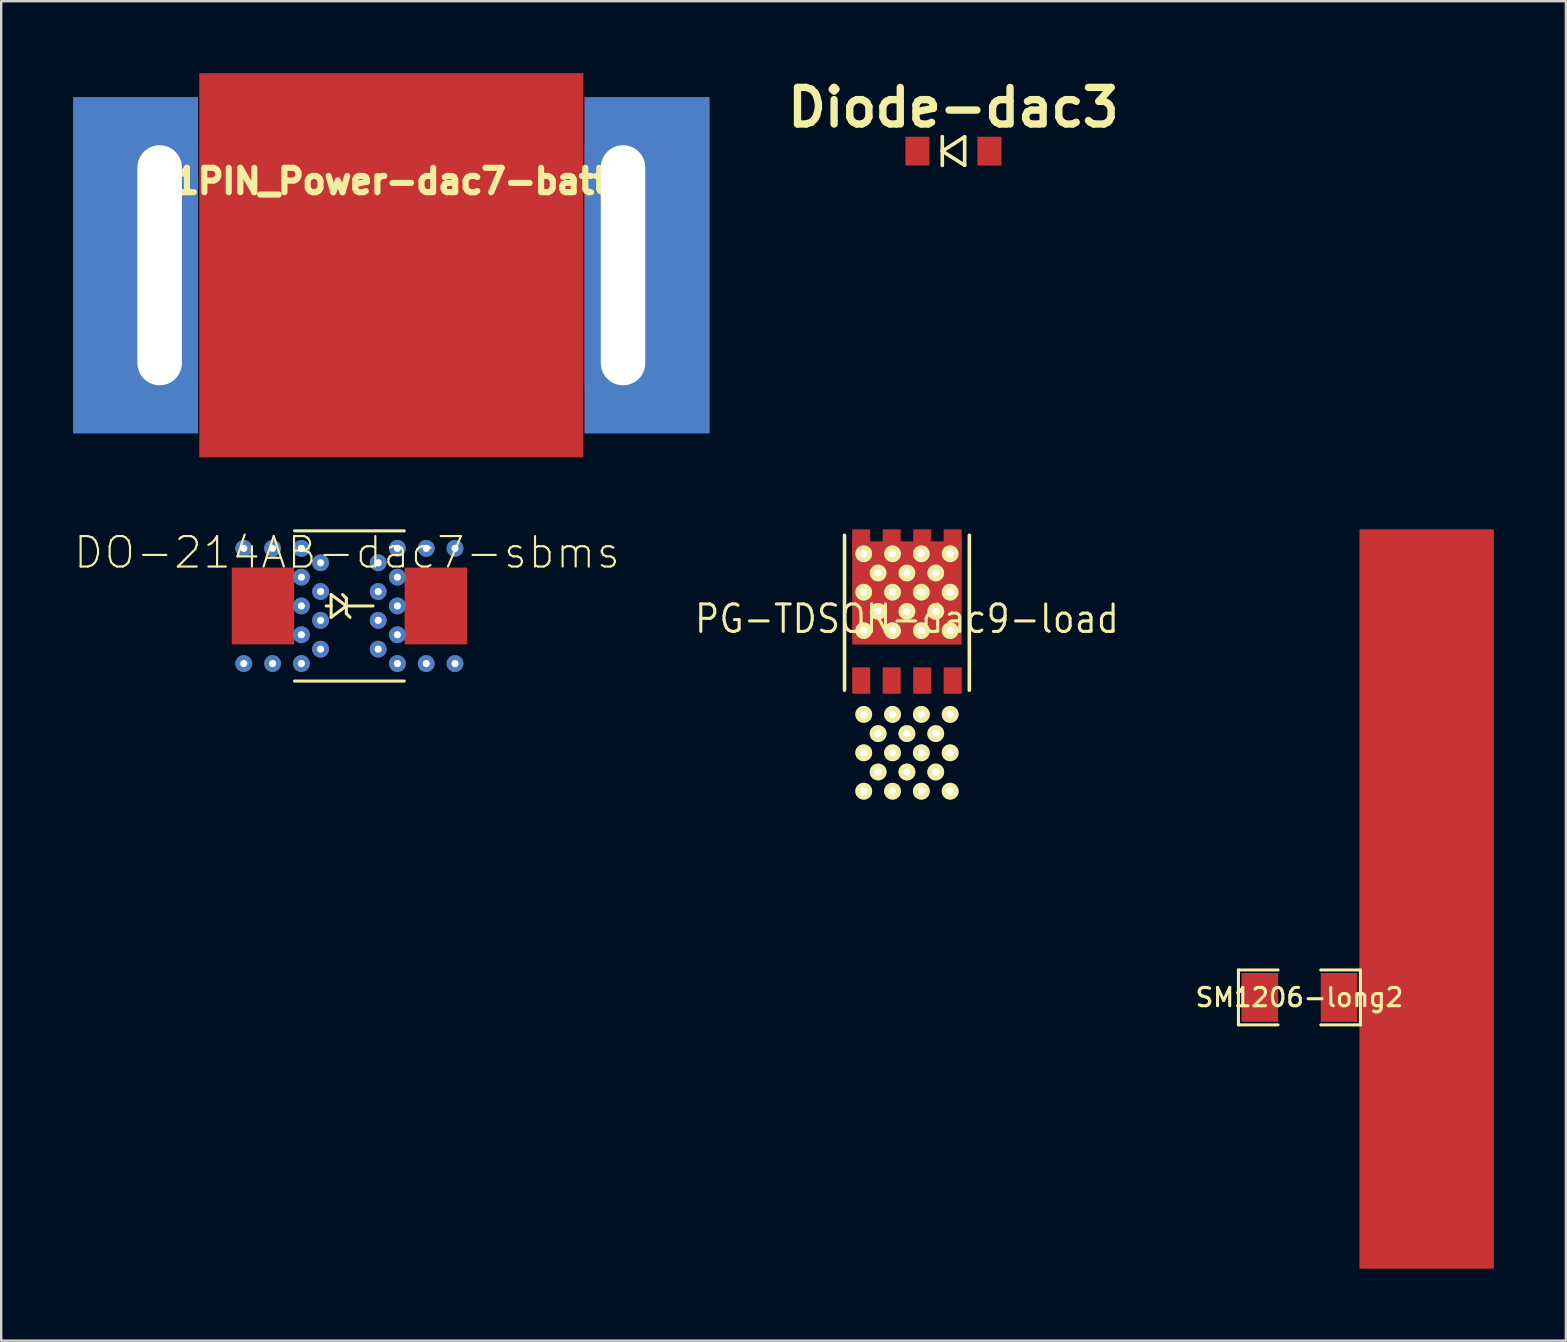
<source format=kicad_pcb>
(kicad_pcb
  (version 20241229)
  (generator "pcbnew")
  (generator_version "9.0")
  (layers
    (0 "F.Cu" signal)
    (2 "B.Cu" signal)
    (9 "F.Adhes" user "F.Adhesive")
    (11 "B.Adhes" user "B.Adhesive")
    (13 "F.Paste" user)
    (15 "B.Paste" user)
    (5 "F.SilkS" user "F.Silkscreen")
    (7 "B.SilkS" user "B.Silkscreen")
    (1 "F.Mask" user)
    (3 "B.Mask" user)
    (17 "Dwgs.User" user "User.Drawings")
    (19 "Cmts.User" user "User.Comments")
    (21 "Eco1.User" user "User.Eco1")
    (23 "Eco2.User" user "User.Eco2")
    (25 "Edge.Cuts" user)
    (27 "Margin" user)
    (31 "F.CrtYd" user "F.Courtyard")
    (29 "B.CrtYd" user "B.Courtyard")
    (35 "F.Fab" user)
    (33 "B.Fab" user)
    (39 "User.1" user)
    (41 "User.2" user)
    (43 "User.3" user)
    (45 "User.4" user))
  (footprint "DO-214AB-dac7-sbms"
    (layer "F.Cu")
    (at 11.505 22.193)
    (property "Reference" "DO-214AB-dac7-sbms" (at -0.099 -2.225 0) (layer "F.SilkS") (effects (font (size 1.27 1.27) (thickness 0.089))))
    (attr smd)
    (fp_line (start -2.286 -3.129) (end 2.286 -3.129) (stroke (width 0.127) (type solid)) (layer "F.SilkS"))
    (fp_line (start -2.286 3.129) (end 2.286 3.129) (stroke (width 0.127) (type solid)) (layer "F.SilkS"))
    (fp_line (start -0.762 -0.475) (end -0.762 0) (stroke (width 0.127) (type solid)) (layer "F.SilkS"))
    (fp_line (start -0.762 0) (end -0.965 0) (stroke (width 0.127) (type solid)) (layer "F.SilkS"))
    (fp_line (start -0.762 0) (end -0.762 0.475) (stroke (width 0.127) (type solid)) (layer "F.SilkS"))
    (fp_line (start -0.762 0.475) (end -0.127 0) (stroke (width 0.127) (type solid)) (layer "F.SilkS"))
    (fp_line (start -0.127 -0.318) (end -0.284 -0.475) (stroke (width 0.127) (type solid)) (layer "F.SilkS"))
    (fp_line (start -0.127 0) (end -0.762 -0.475) (stroke (width 0.127) (type solid)) (layer "F.SilkS"))
    (fp_line (start -0.127 0) (end -0.127 -0.318) (stroke (width 0.127) (type solid)) (layer "F.SilkS"))
    (fp_line (start -0.127 0) (end -0.127 0.318) (stroke (width 0.127) (type solid)) (layer "F.SilkS"))
    (fp_line (start -0.127 0) (end 0.983 0) (stroke (width 0.127) (type solid)) (layer "F.SilkS"))
    (fp_line (start -0.127 0.318) (end 0.03 0.475) (stroke (width 0.127) (type solid)) (layer "F.SilkS"))
    (pad "1" thru_hole circle (at -4.4 -2.4) (size 0.7 0.7) (drill 0.3) (layers "*.Cu"))
    (pad "1" thru_hole circle (at -4.4 2.4) (size 0.7 0.7) (drill 0.3) (layers "*.Cu"))
    (pad "1" smd rect (at -3.6 0) (size 2.601 3.2) (layers "F.Cu" "F.Mask" "F.Paste"))
    (pad "1" thru_hole circle (at -3.2 -2.4) (size 0.7 0.7) (drill 0.3) (layers "*.Cu"))
    (pad "1" thru_hole circle (at -3.2 2.4) (size 0.7 0.7) (drill 0.3) (layers "*.Cu"))
    (pad "1" thru_hole circle (at -2 -2.4) (size 0.7 0.7) (drill 0.3) (layers "*.Cu"))
    (pad "1" thru_hole circle (at -2 -1.2) (size 0.7 0.7) (drill 0.3) (layers "*.Cu"))
    (pad "1" thru_hole circle (at -2 0) (size 0.7 0.7) (drill 0.3) (layers "*.Cu"))
    (pad "1" thru_hole circle (at -2 1.2) (size 0.7 0.7) (drill 0.3) (layers "*.Cu"))
    (pad "1" thru_hole circle (at -2 2.4) (size 0.7 0.7) (drill 0.3) (layers "*.Cu"))
    (pad "1" thru_hole circle (at -1.2 -1.8) (size 0.7 0.7) (drill 0.3) (layers "*.Cu"))
    (pad "1" thru_hole circle (at -1.2 -0.6) (size 0.7 0.7) (drill 0.3) (layers "*.Cu"))
    (pad "1" thru_hole circle (at -1.2 0.6) (size 0.7 0.7) (drill 0.3) (layers "*.Cu"))
    (pad "1" thru_hole circle (at -1.2 1.8) (size 0.7 0.7) (drill 0.3) (layers "*.Cu"))
    (pad "2" thru_hole circle (at 1.2 -1.8) (size 0.7 0.7) (drill 0.3) (layers "*.Cu"))
    (pad "2" thru_hole circle (at 1.2 -0.6) (size 0.7 0.7) (drill 0.3) (layers "*.Cu"))
    (pad "2" thru_hole circle (at 1.2 0.6) (size 0.7 0.7) (drill 0.3) (layers "*.Cu"))
    (pad "2" thru_hole circle (at 1.2 1.8) (size 0.7 0.7) (drill 0.3) (layers "*.Cu"))
    (pad "2" thru_hole circle (at 2 -2.4) (size 0.7 0.7) (drill 0.3) (layers "*.Cu"))
    (pad "2" thru_hole circle (at 2 -1.2) (size 0.7 0.7) (drill 0.3) (layers "*.Cu"))
    (pad "2" thru_hole circle (at 2 0) (size 0.7 0.7) (drill 0.3) (layers "*.Cu"))
    (pad "2" thru_hole circle (at 2 1.2) (size 0.7 0.7) (drill 0.3) (layers "*.Cu"))
    (pad "2" thru_hole circle (at 2 2.4) (size 0.7 0.7) (drill 0.3) (layers "*.Cu"))
    (pad "2" thru_hole circle (at 3.2 -2.4) (size 0.7 0.7) (drill 0.3) (layers "*.Cu"))
    (pad "2" thru_hole circle (at 3.2 2.4) (size 0.7 0.7) (drill 0.3) (layers "*.Cu"))
    (pad "2" smd rect (at 3.6 0) (size 2.601 3.2) (layers "F.Cu" "F.Mask" "F.Paste"))
    (pad "2" thru_hole circle (at 4.4 -2.4) (size 0.7 0.7) (drill 0.3) (layers "*.Cu"))
    (pad "2" thru_hole circle (at 4.4 2.4) (size 0.7 0.7) (drill 0.3) (layers "*.Cu")))
  (footprint "1PIN_Power-dac7-batt"
    (layer "F.Cu")
    (at 13.252 8)
    (property "Reference" "1PIN_Power-dac7-batt" (at 0 -3.5 0) (layer "F.SilkS") (effects (font (size 1.016 1.016) (thickness 0.254))))
    (attr through_hole)
    (pad "1" smd oval (at -9.652 0) (size 3.2 13) (layers "F.Cu" "F.Mask"))
    (pad "1" thru_hole rect (at -9.652 0) (size 5.2 14) (drill oval 1.854 10 (offset -1 0)) (layers "F.Cu"))
    (pad "1" smd rect (at 0 0) (size 16 16) (layers "F.Cu"))
    (pad "1" smd oval (at 9.652 0) (size 3.2 13) (layers "F.Cu" "F.Mask"))
    (pad "1" thru_hole rect (at 9.652 0) (size 5.2 14) (drill oval 1.854 10 (offset 1 0)) (layers "F.Cu")))
  (footprint "SM1206-long2"
    (layer "F.Cu")
    (at 51.081 38.5)
    (property "Reference" "SM1206-long2" (at 0 0 0) (layer "F.SilkS") (effects (font (size 0.762 0.762) (thickness 0.127))))
    (attr smd)
    (fp_line (start -2.54 -1.143) (end -2.54 1.143) (stroke (width 0.127) (type solid)) (layer "F.SilkS"))
    (fp_line (start -2.54 1.143) (end -0.889 1.143) (stroke (width 0.127) (type solid)) (layer "F.SilkS"))
    (fp_line (start -0.889 -1.143) (end -2.54 -1.143) (stroke (width 0.127) (type solid)) (layer "F.SilkS"))
    (fp_line (start 0.889 -1.143) (end 2.54 -1.143) (stroke (width 0.127) (type solid)) (layer "F.SilkS"))
    (fp_line (start 2.54 -1.143) (end 2.54 1.143) (stroke (width 0.127) (type solid)) (layer "F.SilkS"))
    (fp_line (start 2.54 1.143) (end 0.889 1.143) (stroke (width 0.127) (type solid)) (layer "F.SilkS"))
    (pad "1" smd rect (at -1.651 0) (size 1.524 2.032) (layers "F.Cu" "F.Mask" "F.Paste"))
    (pad "2" smd rect (at 1.651 0) (size 1.524 2.032) (layers "F.Cu" "F.Mask" "F.Paste"))
    (pad "3" smd rect (at 5.3 0) (size 5.6 30.8) (drill (offset 0 -4.1)) (layers "F.Cu" "F.Mask" "F.Paste")))
  (footprint "Diode-dac3"
    (layer "F.Cu")
    (at 36.667 3.246)
    (property "Reference" "Diode-dac3" (at 0 -1.82 0) (layer "F.SilkS") (effects (font (size 1.524 1.524) (thickness 0.305))))
    (attr through_hole)
    (fp_line (start -0.463 -0.605) (end -0.463 0.595) (stroke (width 0.15) (type solid)) (layer "F.SilkS"))
    (fp_line (start -0.462 0) (end 0.467 0.589) (stroke (width 0.15) (type solid)) (layer "F.SilkS"))
    (fp_line (start 0.469 -0.6) (end 0.469 0.59) (stroke (width 0.15) (type solid)) (layer "F.SilkS"))
    (fp_line (start 0.47 -0.599) (end -0.462 0) (stroke (width 0.15) (type solid)) (layer "F.SilkS"))
    (pad "1" smd rect (at 1.5 0 180) (size 1 1.2) (layers "F.Cu" "F.Mask" "F.Paste"))
    (pad "2" smd rect (at -1.5 0 180) (size 1 1.2) (layers "F.Cu" "F.Mask" "F.Paste")))
  (footprint "PG-TDSON-dac9-load"
    (layer "F.Cu")
    (at 34.731 24)
    (property "Reference" "PG-TDSON-dac9-load" (at 0 -1.27 0) (layer "F.SilkS") (effects (font (size 1.143 1.016) (thickness 0.127))))
    (attr smd)
    (fp_line (start -2.6 -4.75) (end -2.6 1.7) (stroke (width 0.15) (type solid)) (layer "F.SilkS"))
    (fp_line (start 2.6 -4.75) (end 2.6 1.7) (stroke (width 0.15) (type solid)) (layer "F.SilkS"))
    (pad "D" smd rect (at -1.905 -4.5) (size 0.75 1) (layers "F.Cu" "F.Mask" "F.Paste"))
    (pad "D" thru_hole circle (at -1.8 -3.98) (size 0.7 0.7) (drill 0.3) (layers "*.Cu" "*.Mask" "F.SilkS"))
    (pad "D" thru_hole circle (at -1.8 -2.38) (size 0.7 0.7) (drill 0.3) (layers "*.Cu" "*.Mask" "F.SilkS"))
    (pad "D" thru_hole circle (at -1.8 -0.78) (size 0.7 0.7) (drill 0.3) (layers "*.Cu" "*.Mask" "F.SilkS"))
    (pad "D" thru_hole circle (at -1.2 -3.18) (size 0.7 0.7) (drill 0.3) (layers "*.Cu" "*.Mask" "F.SilkS"))
    (pad "D" thru_hole circle (at -1.2 -1.58) (size 0.7 0.7) (drill 0.3) (layers "*.Cu" "*.Mask" "F.SilkS"))
    (pad "D" smd rect (at -1.15 -3) (size 1.8 1.5) (layers "*.Paste" "F.Cu"))
    (pad "D" smd rect (at -1.15 -1.175) (size 1.8 1.5) (layers "*.Paste" "F.Cu"))
    (pad "D" smd rect (at -0.635 -4.5) (size 0.75 1) (layers "F.Cu" "F.Mask" "F.Paste"))
    (pad "D" thru_hole circle (at -0.6 -3.98) (size 0.7 0.7) (drill 0.3) (layers "*.Cu" "*.Mask" "F.SilkS"))
    (pad "D" thru_hole circle (at -0.6 -2.38) (size 0.7 0.7) (drill 0.3) (layers "*.Cu" "*.Mask" "F.SilkS"))
    (pad "D" thru_hole circle (at -0.6 -0.78) (size 0.7 0.7) (drill 0.3) (layers "*.Cu" "*.Mask" "F.SilkS"))
    (pad "D" thru_hole circle (at 0 -3.18) (size 0.7 0.7) (drill 0.3) (layers "*.Cu" "*.Mask" "F.SilkS"))
    (pad "D" smd rect (at 0 -2.35) (size 4.56 4.3) (layers "F.Cu" "F.Mask"))
    (pad "D" thru_hole circle (at 0 -1.58) (size 0.7 0.7) (drill 0.3) (layers "*.Cu" "*.Mask" "F.SilkS"))
    (pad "D" thru_hole circle (at 0.6 -3.98) (size 0.7 0.7) (drill 0.3) (layers "*.Cu" "*.Mask" "F.SilkS"))
    (pad "D" thru_hole circle (at 0.6 -2.38) (size 0.7 0.7) (drill 0.3) (layers "*.Cu" "*.Mask" "F.SilkS"))
    (pad "D" thru_hole circle (at 0.6 -0.78) (size 0.7 0.7) (drill 0.3) (layers "*.Cu" "*.Mask" "F.SilkS"))
    (pad "D" smd rect (at 0.635 -4.5) (size 0.75 1) (layers "F.Cu" "F.Mask" "F.Paste"))
    (pad "D" smd rect (at 1.15 -3) (size 1.8 1.5) (layers "*.Paste" "F.Cu"))
    (pad "D" smd rect (at 1.15 -1.175) (size 1.8 1.5) (layers "*.Paste" "F.Cu"))
    (pad "D" thru_hole circle (at 1.2 -3.18) (size 0.7 0.7) (drill 0.3) (layers "*.Cu" "*.Mask" "F.SilkS"))
    (pad "D" thru_hole circle (at 1.2 -1.58) (size 0.7 0.7) (drill 0.3) (layers "*.Cu" "*.Mask" "F.SilkS"))
    (pad "D" thru_hole circle (at 1.8 -3.98) (size 0.7 0.7) (drill 0.3) (layers "*.Cu" "*.Mask" "F.SilkS"))
    (pad "D" thru_hole circle (at 1.8 -2.38) (size 0.7 0.7) (drill 0.3) (layers "*.Cu" "*.Mask" "F.SilkS"))
    (pad "D" thru_hole circle (at 1.8 -0.78) (size 0.7 0.7) (drill 0.3) (layers "*.Cu" "*.Mask" "F.SilkS"))
    (pad "D" smd rect (at 1.905 -4.5) (size 0.75 1) (layers "F.Cu" "F.Mask" "F.Paste"))
    (pad "G" smd rect (at 1.905 1.3) (size 0.75 1.1) (layers "F.Cu" "F.Mask" "F.Paste"))
    (pad "S" smd rect (at -1.905 1.3) (size 0.75 1.1) (layers "F.Cu" "F.Mask" "F.Paste"))
    (pad "S" thru_hole circle (at -1.8 2.71) (size 0.7 0.7) (drill 0.3) (layers "*.Cu" "*.Mask" "F.SilkS"))
    (pad "S" thru_hole circle (at -1.8 4.31) (size 0.7 0.7) (drill 0.3) (layers "*.Cu" "*.Mask" "F.SilkS"))
    (pad "S" thru_hole circle (at -1.8 5.91) (size 0.7 0.7) (drill 0.3) (layers "*.Cu" "*.Mask" "F.SilkS"))
    (pad "S" thru_hole circle (at -1.2 3.51) (size 0.7 0.7) (drill 0.3) (layers "*.Cu" "*.Mask" "F.SilkS"))
    (pad "S" thru_hole circle (at -1.2 5.11) (size 0.7 0.7) (drill 0.3) (layers "*.Cu" "*.Mask" "F.SilkS"))
    (pad "S" smd rect (at -0.635 1.3) (size 0.75 1.1) (layers "F.Cu" "F.Mask" "F.Paste"))
    (pad "S" thru_hole circle (at -0.6 2.71) (size 0.7 0.7) (drill 0.3) (layers "*.Cu" "*.Mask" "F.SilkS"))
    (pad "S" thru_hole circle (at -0.6 4.31) (size 0.7 0.7) (drill 0.3) (layers "*.Cu" "*.Mask" "F.SilkS"))
    (pad "S" thru_hole circle (at -0.6 5.91) (size 0.7 0.7) (drill 0.3) (layers "*.Cu" "*.Mask" "F.SilkS"))
    (pad "S" thru_hole circle (at 0 3.51) (size 0.7 0.7) (drill 0.3) (layers "*.Cu" "*.Mask" "F.SilkS"))
    (pad "S" thru_hole circle (at 0 5.11) (size 0.7 0.7) (drill 0.3) (layers "*.Cu" "*.Mask" "F.SilkS"))
    (pad "S" thru_hole circle (at 0.6 2.71) (size 0.7 0.7) (drill 0.3) (layers "*.Cu" "*.Mask" "F.SilkS"))
    (pad "S" thru_hole circle (at 0.6 4.31) (size 0.7 0.7) (drill 0.3) (layers "*.Cu" "*.Mask" "F.SilkS"))
    (pad "S" thru_hole circle (at 0.6 5.91) (size 0.7 0.7) (drill 0.3) (layers "*.Cu" "*.Mask" "F.SilkS"))
    (pad "S" smd rect (at 0.635 1.3) (size 0.75 1.1) (layers "F.Cu" "F.Mask" "F.Paste"))
    (pad "S" thru_hole circle (at 1.2 3.51) (size 0.7 0.7) (drill 0.3) (layers "*.Cu" "*.Mask" "F.SilkS"))
    (pad "S" thru_hole circle (at 1.2 5.11) (size 0.7 0.7) (drill 0.3) (layers "*.Cu" "*.Mask" "F.SilkS"))
    (pad "S" thru_hole circle (at 1.8 2.71) (size 0.7 0.7) (drill 0.3) (layers "*.Cu" "*.Mask" "F.SilkS"))
    (pad "S" thru_hole circle (at 1.8 4.31) (size 0.7 0.7) (drill 0.3) (layers "*.Cu" "*.Mask" "F.SilkS"))
    (pad "S" thru_hole circle (at 1.8 5.91) (size 0.7 0.7) (drill 0.3) (layers "*.Cu" "*.Mask" "F.SilkS")))
  (gr_rect
    (start -3 -3)
    (end 62.181 52.8)
    (stroke (width 0.1) (type default))
    (fill no)
    (layer "Edge.Cuts")))
</source>
